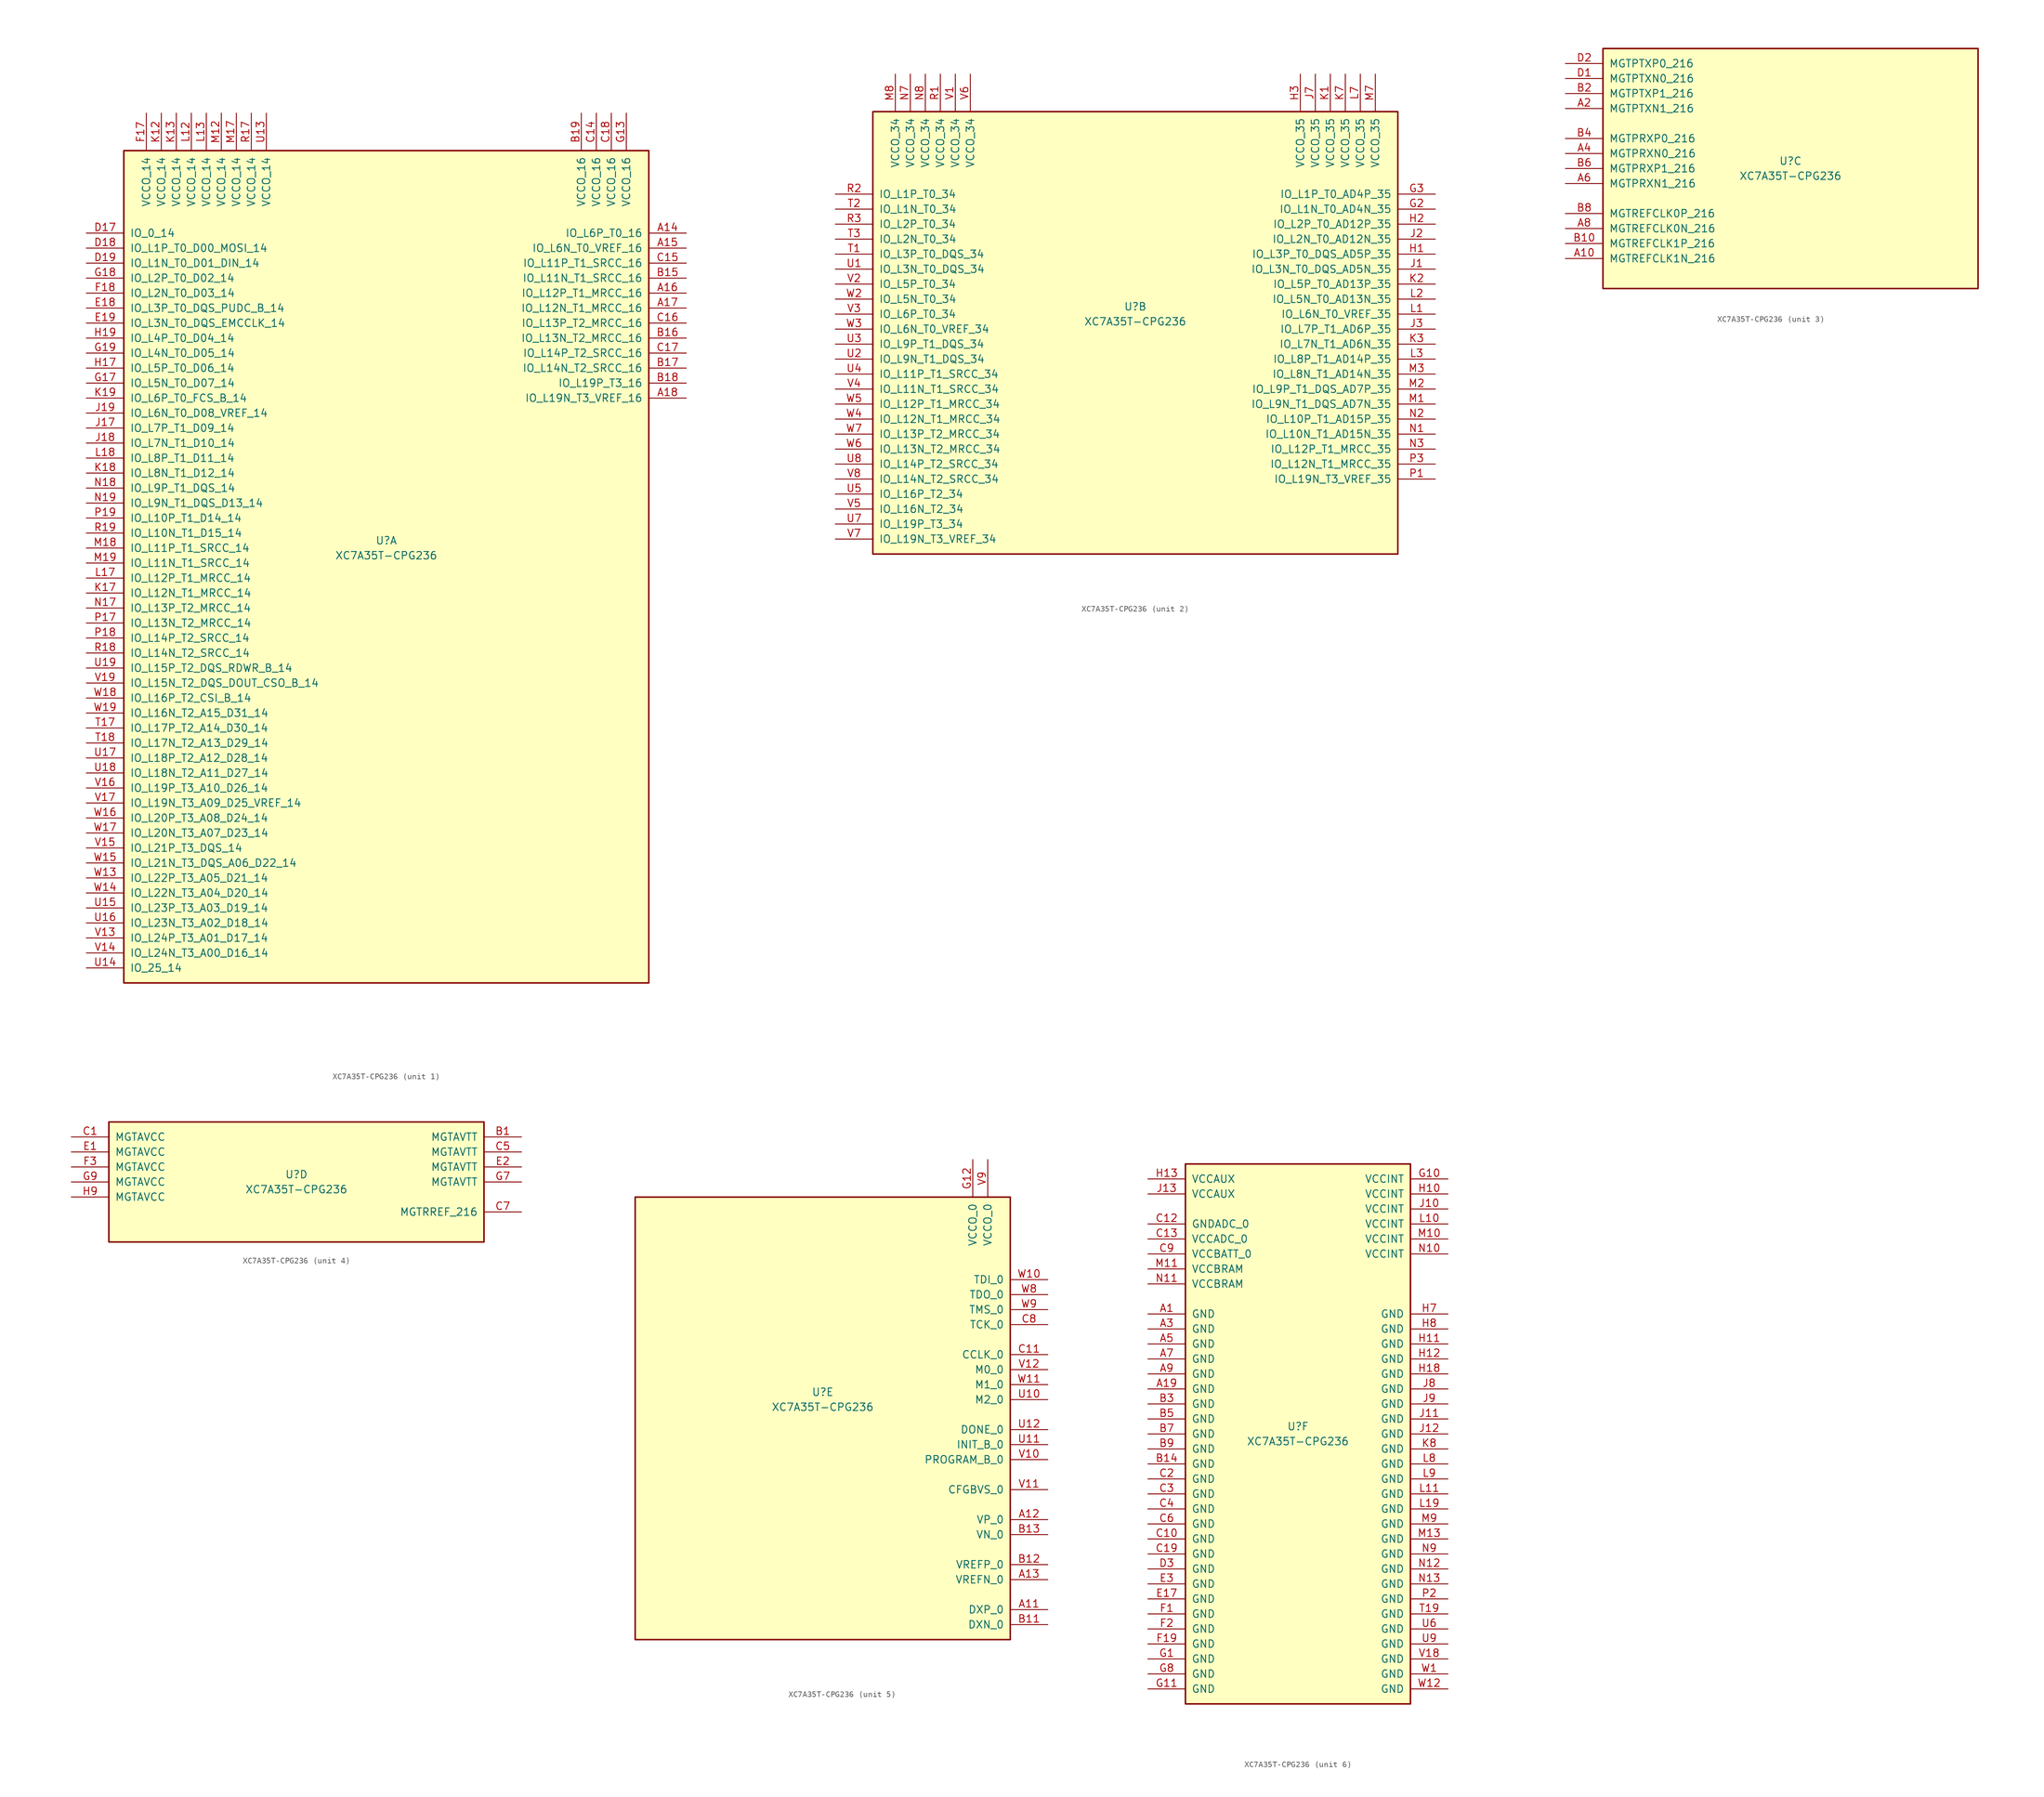
<source format=kicad_sym>
(kicad_symbol_lib
  (version 20201005)
  (generator kicad_symbol_editor)
  (symbol "XC7A35T-CPG236"
    (pin_names
      (offset 1.016))
    (property "Reference" "U"
      (at 0 1.27 0)
      (effects (font (size 1.27 1.27))))
    (property "Value" "XC7A35T-CPG236"
      (at 0 -1.27 0)
      (effects (font (size 1.27 1.27))))
    (property "Datasheet" ""
      (at 0 0 0)
      (effects (font (size 1.27 1.27))))
    (property "ki_locked" ""
      (at 0 0 0)
      (effects (font (size 1.27 1.27))))
    (symbol "XC7A35T-CPG236_1_1"
      (rectangle (start -44.45 67.31) (end 44.45 -73.66) (stroke (width 0.254)) (fill (type background)))
      (pin power_in line (at -40.64 73.66 270) (length 6.35) (name "VCCO_14" (effects (font (size 1.27 1.27)))) (number "F17" (effects (font (size 1.27 1.27)))))
      (pin power_in line (at -38.1 73.66 270) (length 6.35) (name "VCCO_14" (effects (font (size 1.27 1.27)))) (number "K12" (effects (font (size 1.27 1.27)))))
      (pin power_in line (at -35.56 73.66 270) (length 6.35) (name "VCCO_14" (effects (font (size 1.27 1.27)))) (number "K13" (effects (font (size 1.27 1.27)))))
      (pin power_in line (at -33.02 73.66 270) (length 6.35) (name "VCCO_14" (effects (font (size 1.27 1.27)))) (number "L12" (effects (font (size 1.27 1.27)))))
      (pin power_in line (at -30.48 73.66 270) (length 6.35) (name "VCCO_14" (effects (font (size 1.27 1.27)))) (number "L13" (effects (font (size 1.27 1.27)))))
      (pin power_in line (at -27.94 73.66 270) (length 6.35) (name "VCCO_14" (effects (font (size 1.27 1.27)))) (number "M12" (effects (font (size 1.27 1.27)))))
      (pin power_in line (at -25.4 73.66 270) (length 6.35) (name "VCCO_14" (effects (font (size 1.27 1.27)))) (number "M17" (effects (font (size 1.27 1.27)))))
      (pin power_in line (at -22.86 73.66 270) (length 6.35) (name "VCCO_14" (effects (font (size 1.27 1.27)))) (number "R17" (effects (font (size 1.27 1.27)))))
      (pin power_in line (at -20.32 73.66 270) (length 6.35) (name "VCCO_14" (effects (font (size 1.27 1.27)))) (number "U13" (effects (font (size 1.27 1.27)))))
      (pin bidirectional line (at -50.8 53.34 0) (length 6.35) (name "IO_0_14" (effects (font (size 1.27 1.27)))) (number "D17" (effects (font (size 1.27 1.27)))))
      (pin bidirectional line (at -50.8 50.8 0) (length 6.35) (name "IO_L1P_T0_D00_MOSI_14" (effects (font (size 1.27 1.27)))) (number "D18" (effects (font (size 1.27 1.27)))))
      (pin bidirectional line (at -50.8 48.26 0) (length 6.35) (name "IO_L1N_T0_D01_DIN_14" (effects (font (size 1.27 1.27)))) (number "D19" (effects (font (size 1.27 1.27)))))
      (pin bidirectional line (at -50.8 45.72 0) (length 6.35) (name "IO_L2P_T0_D02_14" (effects (font (size 1.27 1.27)))) (number "G18" (effects (font (size 1.27 1.27)))))
      (pin bidirectional line (at -50.8 43.18 0) (length 6.35) (name "IO_L2N_T0_D03_14" (effects (font (size 1.27 1.27)))) (number "F18" (effects (font (size 1.27 1.27)))))
      (pin bidirectional line (at -50.8 40.64 0) (length 6.35) (name "IO_L3P_T0_DQS_PUDC_B_14" (effects (font (size 1.27 1.27)))) (number "E18" (effects (font (size 1.27 1.27)))))
      (pin bidirectional line (at -50.8 38.1 0) (length 6.35) (name "IO_L3N_T0_DQS_EMCCLK_14" (effects (font (size 1.27 1.27)))) (number "E19" (effects (font (size 1.27 1.27)))))
      (pin bidirectional line (at -50.8 35.56 0) (length 6.35) (name "IO_L4P_T0_D04_14" (effects (font (size 1.27 1.27)))) (number "H19" (effects (font (size 1.27 1.27)))))
      (pin bidirectional line (at -50.8 33.02 0) (length 6.35) (name "IO_L4N_T0_D05_14" (effects (font (size 1.27 1.27)))) (number "G19" (effects (font (size 1.27 1.27)))))
      (pin bidirectional line (at -50.8 30.48 0) (length 6.35) (name "IO_L5P_T0_D06_14" (effects (font (size 1.27 1.27)))) (number "H17" (effects (font (size 1.27 1.27)))))
      (pin bidirectional line (at -50.8 27.94 0) (length 6.35) (name "IO_L5N_T0_D07_14" (effects (font (size 1.27 1.27)))) (number "G17" (effects (font (size 1.27 1.27)))))
      (pin bidirectional line (at -50.8 25.4 0) (length 6.35) (name "IO_L6P_T0_FCS_B_14" (effects (font (size 1.27 1.27)))) (number "K19" (effects (font (size 1.27 1.27)))))
      (pin bidirectional line (at -50.8 22.86 0) (length 6.35) (name "IO_L6N_T0_D08_VREF_14" (effects (font (size 1.27 1.27)))) (number "J19" (effects (font (size 1.27 1.27)))))
      (pin bidirectional line (at -50.8 20.32 0) (length 6.35) (name "IO_L7P_T1_D09_14" (effects (font (size 1.27 1.27)))) (number "J17" (effects (font (size 1.27 1.27)))))
      (pin bidirectional line (at -50.8 17.78 0) (length 6.35) (name "IO_L7N_T1_D10_14" (effects (font (size 1.27 1.27)))) (number "J18" (effects (font (size 1.27 1.27)))))
      (pin bidirectional line (at -50.8 15.24 0) (length 6.35) (name "IO_L8P_T1_D11_14" (effects (font (size 1.27 1.27)))) (number "L18" (effects (font (size 1.27 1.27)))))
      (pin bidirectional line (at -50.8 12.7 0) (length 6.35) (name "IO_L8N_T1_D12_14" (effects (font (size 1.27 1.27)))) (number "K18" (effects (font (size 1.27 1.27)))))
      (pin bidirectional line (at -50.8 10.16 0) (length 6.35) (name "IO_L9P_T1_DQS_14" (effects (font (size 1.27 1.27)))) (number "N18" (effects (font (size 1.27 1.27)))))
      (pin bidirectional line (at -50.8 7.62 0) (length 6.35) (name "IO_L9N_T1_DQS_D13_14" (effects (font (size 1.27 1.27)))) (number "N19" (effects (font (size 1.27 1.27)))))
      (pin bidirectional line (at -50.8 5.08 0) (length 6.35) (name "IO_L10P_T1_D14_14" (effects (font (size 1.27 1.27)))) (number "P19" (effects (font (size 1.27 1.27)))))
      (pin bidirectional line (at -50.8 2.54 0) (length 6.35) (name "IO_L10N_T1_D15_14" (effects (font (size 1.27 1.27)))) (number "R19" (effects (font (size 1.27 1.27)))))
      (pin bidirectional line (at -50.8 0 0) (length 6.35) (name "IO_L11P_T1_SRCC_14" (effects (font (size 1.27 1.27)))) (number "M18" (effects (font (size 1.27 1.27)))))
      (pin bidirectional line (at -50.8 -2.54 0) (length 6.35) (name "IO_L11N_T1_SRCC_14" (effects (font (size 1.27 1.27)))) (number "M19" (effects (font (size 1.27 1.27)))))
      (pin bidirectional line (at -50.8 -5.08 0) (length 6.35) (name "IO_L12P_T1_MRCC_14" (effects (font (size 1.27 1.27)))) (number "L17" (effects (font (size 1.27 1.27)))))
      (pin bidirectional line (at -50.8 -7.62 0) (length 6.35) (name "IO_L12N_T1_MRCC_14" (effects (font (size 1.27 1.27)))) (number "K17" (effects (font (size 1.27 1.27)))))
      (pin bidirectional line (at -50.8 -10.16 0) (length 6.35) (name "IO_L13P_T2_MRCC_14" (effects (font (size 1.27 1.27)))) (number "N17" (effects (font (size 1.27 1.27)))))
      (pin bidirectional line (at -50.8 -12.7 0) (length 6.35) (name "IO_L13N_T2_MRCC_14" (effects (font (size 1.27 1.27)))) (number "P17" (effects (font (size 1.27 1.27)))))
      (pin bidirectional line (at -50.8 -15.24 0) (length 6.35) (name "IO_L14P_T2_SRCC_14" (effects (font (size 1.27 1.27)))) (number "P18" (effects (font (size 1.27 1.27)))))
      (pin bidirectional line (at -50.8 -17.78 0) (length 6.35) (name "IO_L14N_T2_SRCC_14" (effects (font (size 1.27 1.27)))) (number "R18" (effects (font (size 1.27 1.27)))))
      (pin bidirectional line (at -50.8 -20.32 0) (length 6.35) (name "IO_L15P_T2_DQS_RDWR_B_14" (effects (font (size 1.27 1.27)))) (number "U19" (effects (font (size 1.27 1.27)))))
      (pin bidirectional line (at -50.8 -22.86 0) (length 6.35) (name "IO_L15N_T2_DQS_DOUT_CSO_B_14" (effects (font (size 1.27 1.27)))) (number "V19" (effects (font (size 1.27 1.27)))))
      (pin bidirectional line (at -50.8 -25.4 0) (length 6.35) (name "IO_L16P_T2_CSI_B_14" (effects (font (size 1.27 1.27)))) (number "W18" (effects (font (size 1.27 1.27)))))
      (pin bidirectional line (at -50.8 -27.94 0) (length 6.35) (name "IO_L16N_T2_A15_D31_14" (effects (font (size 1.27 1.27)))) (number "W19" (effects (font (size 1.27 1.27)))))
      (pin bidirectional line (at -50.8 -30.48 0) (length 6.35) (name "IO_L17P_T2_A14_D30_14" (effects (font (size 1.27 1.27)))) (number "T17" (effects (font (size 1.27 1.27)))))
      (pin bidirectional line (at -50.8 -33.02 0) (length 6.35) (name "IO_L17N_T2_A13_D29_14" (effects (font (size 1.27 1.27)))) (number "T18" (effects (font (size 1.27 1.27)))))
      (pin bidirectional line (at -50.8 -35.56 0) (length 6.35) (name "IO_L18P_T2_A12_D28_14" (effects (font (size 1.27 1.27)))) (number "U17" (effects (font (size 1.27 1.27)))))
      (pin bidirectional line (at -50.8 -38.1 0) (length 6.35) (name "IO_L18N_T2_A11_D27_14" (effects (font (size 1.27 1.27)))) (number "U18" (effects (font (size 1.27 1.27)))))
      (pin bidirectional line (at -50.8 -40.64 0) (length 6.35) (name "IO_L19P_T3_A10_D26_14" (effects (font (size 1.27 1.27)))) (number "V16" (effects (font (size 1.27 1.27)))))
      (pin bidirectional line (at -50.8 -43.18 0) (length 6.35) (name "IO_L19N_T3_A09_D25_VREF_14" (effects (font (size 1.27 1.27)))) (number "V17" (effects (font (size 1.27 1.27)))))
      (pin bidirectional line (at -50.8 -45.72 0) (length 6.35) (name "IO_L20P_T3_A08_D24_14" (effects (font (size 1.27 1.27)))) (number "W16" (effects (font (size 1.27 1.27)))))
      (pin bidirectional line (at -50.8 -48.26 0) (length 6.35) (name "IO_L20N_T3_A07_D23_14" (effects (font (size 1.27 1.27)))) (number "W17" (effects (font (size 1.27 1.27)))))
      (pin bidirectional line (at -50.8 -50.8 0) (length 6.35) (name "IO_L21P_T3_DQS_14" (effects (font (size 1.27 1.27)))) (number "V15" (effects (font (size 1.27 1.27)))))
      (pin bidirectional line (at -50.8 -53.34 0) (length 6.35) (name "IO_L21N_T3_DQS_A06_D22_14" (effects (font (size 1.27 1.27)))) (number "W15" (effects (font (size 1.27 1.27)))))
      (pin bidirectional line (at -50.8 -55.88 0) (length 6.35) (name "IO_L22P_T3_A05_D21_14" (effects (font (size 1.27 1.27)))) (number "W13" (effects (font (size 1.27 1.27)))))
      (pin bidirectional line (at -50.8 -58.42 0) (length 6.35) (name "IO_L22N_T3_A04_D20_14" (effects (font (size 1.27 1.27)))) (number "W14" (effects (font (size 1.27 1.27)))))
      (pin bidirectional line (at -50.8 -60.96 0) (length 6.35) (name "IO_L23P_T3_A03_D19_14" (effects (font (size 1.27 1.27)))) (number "U15" (effects (font (size 1.27 1.27)))))
      (pin bidirectional line (at -50.8 -63.5 0) (length 6.35) (name "IO_L23N_T3_A02_D18_14" (effects (font (size 1.27 1.27)))) (number "U16" (effects (font (size 1.27 1.27)))))
      (pin bidirectional line (at -50.8 -66.04 0) (length 6.35) (name "IO_L24P_T3_A01_D17_14" (effects (font (size 1.27 1.27)))) (number "V13" (effects (font (size 1.27 1.27)))))
      (pin bidirectional line (at -50.8 -68.58 0) (length 6.35) (name "IO_L24N_T3_A00_D16_14" (effects (font (size 1.27 1.27)))) (number "V14" (effects (font (size 1.27 1.27)))))
      (pin bidirectional line (at -50.8 -71.12 0) (length 6.35) (name "IO_25_14" (effects (font (size 1.27 1.27)))) (number "U14" (effects (font (size 1.27 1.27)))))
      (pin power_in line (at 33.02 73.66 270) (length 6.35) (name "VCCO_16" (effects (font (size 1.27 1.27)))) (number "B19" (effects (font (size 1.27 1.27)))))
      (pin power_in line (at 35.56 73.66 270) (length 6.35) (name "VCCO_16" (effects (font (size 1.27 1.27)))) (number "C14" (effects (font (size 1.27 1.27)))))
      (pin power_in line (at 38.1 73.66 270) (length 6.35) (name "VCCO_16" (effects (font (size 1.27 1.27)))) (number "C18" (effects (font (size 1.27 1.27)))))
      (pin power_in line (at 40.64 73.66 270) (length 6.35) (name "VCCO_16" (effects (font (size 1.27 1.27)))) (number "G13" (effects (font (size 1.27 1.27)))))
      (pin bidirectional line (at 50.8 53.34 180) (length 6.35) (name "IO_L6P_T0_16" (effects (font (size 1.27 1.27)))) (number "A14" (effects (font (size 1.27 1.27)))))
      (pin bidirectional line (at 50.8 50.8 180) (length 6.35) (name "IO_L6N_T0_VREF_16" (effects (font (size 1.27 1.27)))) (number "A15" (effects (font (size 1.27 1.27)))))
      (pin bidirectional line (at 50.8 48.26 180) (length 6.35) (name "IO_L11P_T1_SRCC_16" (effects (font (size 1.27 1.27)))) (number "C15" (effects (font (size 1.27 1.27)))))
      (pin bidirectional line (at 50.8 45.72 180) (length 6.35) (name "IO_L11N_T1_SRCC_16" (effects (font (size 1.27 1.27)))) (number "B15" (effects (font (size 1.27 1.27)))))
      (pin bidirectional line (at 50.8 43.18 180) (length 6.35) (name "IO_L12P_T1_MRCC_16" (effects (font (size 1.27 1.27)))) (number "A16" (effects (font (size 1.27 1.27)))))
      (pin bidirectional line (at 50.8 40.64 180) (length 6.35) (name "IO_L12N_T1_MRCC_16" (effects (font (size 1.27 1.27)))) (number "A17" (effects (font (size 1.27 1.27)))))
      (pin bidirectional line (at 50.8 38.1 180) (length 6.35) (name "IO_L13P_T2_MRCC_16" (effects (font (size 1.27 1.27)))) (number "C16" (effects (font (size 1.27 1.27)))))
      (pin bidirectional line (at 50.8 35.56 180) (length 6.35) (name "IO_L13N_T2_MRCC_16" (effects (font (size 1.27 1.27)))) (number "B16" (effects (font (size 1.27 1.27)))))
      (pin bidirectional line (at 50.8 33.02 180) (length 6.35) (name "IO_L14P_T2_SRCC_16" (effects (font (size 1.27 1.27)))) (number "C17" (effects (font (size 1.27 1.27)))))
      (pin bidirectional line (at 50.8 30.48 180) (length 6.35) (name "IO_L14N_T2_SRCC_16" (effects (font (size 1.27 1.27)))) (number "B17" (effects (font (size 1.27 1.27)))))
      (pin bidirectional line (at 50.8 27.94 180) (length 6.35) (name "IO_L19P_T3_16" (effects (font (size 1.27 1.27)))) (number "B18" (effects (font (size 1.27 1.27)))))
      (pin bidirectional line (at 50.8 25.4 180) (length 6.35) (name "IO_L19N_T3_VREF_16" (effects (font (size 1.27 1.27)))) (number "A18" (effects (font (size 1.27 1.27))))))
    (symbol "XC7A35T-CPG236_2_1"
      (rectangle (start -44.45 34.29) (end 44.45 -40.64) (stroke (width 0.254)) (fill (type background)))
      (pin power_in line (at -40.64 40.64 270) (length 6.35) (name "VCCO_34" (effects (font (size 1.27 1.27)))) (number "M8" (effects (font (size 1.27 1.27)))))
      (pin power_in line (at -38.1 40.64 270) (length 6.35) (name "VCCO_34" (effects (font (size 1.27 1.27)))) (number "N7" (effects (font (size 1.27 1.27)))))
      (pin power_in line (at -35.56 40.64 270) (length 6.35) (name "VCCO_34" (effects (font (size 1.27 1.27)))) (number "N8" (effects (font (size 1.27 1.27)))))
      (pin power_in line (at -33.02 40.64 270) (length 6.35) (name "VCCO_34" (effects (font (size 1.27 1.27)))) (number "R1" (effects (font (size 1.27 1.27)))))
      (pin power_in line (at -30.48 40.64 270) (length 6.35) (name "VCCO_34" (effects (font (size 1.27 1.27)))) (number "V1" (effects (font (size 1.27 1.27)))))
      (pin power_in line (at -27.94 40.64 270) (length 6.35) (name "VCCO_34" (effects (font (size 1.27 1.27)))) (number "V6" (effects (font (size 1.27 1.27)))))
      (pin bidirectional line (at -50.8 20.32 0) (length 6.35) (name "IO_L1P_T0_34" (effects (font (size 1.27 1.27)))) (number "R2" (effects (font (size 1.27 1.27)))))
      (pin bidirectional line (at -50.8 17.78 0) (length 6.35) (name "IO_L1N_T0_34" (effects (font (size 1.27 1.27)))) (number "T2" (effects (font (size 1.27 1.27)))))
      (pin bidirectional line (at -50.8 15.24 0) (length 6.35) (name "IO_L2P_T0_34" (effects (font (size 1.27 1.27)))) (number "R3" (effects (font (size 1.27 1.27)))))
      (pin bidirectional line (at -50.8 12.7 0) (length 6.35) (name "IO_L2N_T0_34" (effects (font (size 1.27 1.27)))) (number "T3" (effects (font (size 1.27 1.27)))))
      (pin bidirectional line (at -50.8 10.16 0) (length 6.35) (name "IO_L3P_T0_DQS_34" (effects (font (size 1.27 1.27)))) (number "T1" (effects (font (size 1.27 1.27)))))
      (pin bidirectional line (at -50.8 7.62 0) (length 6.35) (name "IO_L3N_T0_DQS_34" (effects (font (size 1.27 1.27)))) (number "U1" (effects (font (size 1.27 1.27)))))
      (pin bidirectional line (at -50.8 5.08 0) (length 6.35) (name "IO_L5P_T0_34" (effects (font (size 1.27 1.27)))) (number "V2" (effects (font (size 1.27 1.27)))))
      (pin bidirectional line (at -50.8 2.54 0) (length 6.35) (name "IO_L5N_T0_34" (effects (font (size 1.27 1.27)))) (number "W2" (effects (font (size 1.27 1.27)))))
      (pin bidirectional line (at -50.8 0 0) (length 6.35) (name "IO_L6P_T0_34" (effects (font (size 1.27 1.27)))) (number "V3" (effects (font (size 1.27 1.27)))))
      (pin bidirectional line (at -50.8 -2.54 0) (length 6.35) (name "IO_L6N_T0_VREF_34" (effects (font (size 1.27 1.27)))) (number "W3" (effects (font (size 1.27 1.27)))))
      (pin bidirectional line (at -50.8 -5.08 0) (length 6.35) (name "IO_L9P_T1_DQS_34" (effects (font (size 1.27 1.27)))) (number "U3" (effects (font (size 1.27 1.27)))))
      (pin bidirectional line (at -50.8 -7.62 0) (length 6.35) (name "IO_L9N_T1_DQS_34" (effects (font (size 1.27 1.27)))) (number "U2" (effects (font (size 1.27 1.27)))))
      (pin bidirectional line (at -50.8 -10.16 0) (length 6.35) (name "IO_L11P_T1_SRCC_34" (effects (font (size 1.27 1.27)))) (number "U4" (effects (font (size 1.27 1.27)))))
      (pin bidirectional line (at -50.8 -12.7 0) (length 6.35) (name "IO_L11N_T1_SRCC_34" (effects (font (size 1.27 1.27)))) (number "V4" (effects (font (size 1.27 1.27)))))
      (pin bidirectional line (at -50.8 -15.24 0) (length 6.35) (name "IO_L12P_T1_MRCC_34" (effects (font (size 1.27 1.27)))) (number "W5" (effects (font (size 1.27 1.27)))))
      (pin bidirectional line (at -50.8 -17.78 0) (length 6.35) (name "IO_L12N_T1_MRCC_34" (effects (font (size 1.27 1.27)))) (number "W4" (effects (font (size 1.27 1.27)))))
      (pin bidirectional line (at -50.8 -20.32 0) (length 6.35) (name "IO_L13P_T2_MRCC_34" (effects (font (size 1.27 1.27)))) (number "W7" (effects (font (size 1.27 1.27)))))
      (pin bidirectional line (at -50.8 -22.86 0) (length 6.35) (name "IO_L13N_T2_MRCC_34" (effects (font (size 1.27 1.27)))) (number "W6" (effects (font (size 1.27 1.27)))))
      (pin bidirectional line (at -50.8 -25.4 0) (length 6.35) (name "IO_L14P_T2_SRCC_34" (effects (font (size 1.27 1.27)))) (number "U8" (effects (font (size 1.27 1.27)))))
      (pin bidirectional line (at -50.8 -27.94 0) (length 6.35) (name "IO_L14N_T2_SRCC_34" (effects (font (size 1.27 1.27)))) (number "V8" (effects (font (size 1.27 1.27)))))
      (pin bidirectional line (at -50.8 -30.48 0) (length 6.35) (name "IO_L16P_T2_34" (effects (font (size 1.27 1.27)))) (number "U5" (effects (font (size 1.27 1.27)))))
      (pin bidirectional line (at -50.8 -33.02 0) (length 6.35) (name "IO_L16N_T2_34" (effects (font (size 1.27 1.27)))) (number "V5" (effects (font (size 1.27 1.27)))))
      (pin bidirectional line (at -50.8 -35.56 0) (length 6.35) (name "IO_L19P_T3_34" (effects (font (size 1.27 1.27)))) (number "U7" (effects (font (size 1.27 1.27)))))
      (pin bidirectional line (at -50.8 -38.1 0) (length 6.35) (name "IO_L19N_T3_VREF_34" (effects (font (size 1.27 1.27)))) (number "V7" (effects (font (size 1.27 1.27)))))
      (pin power_in line (at 27.94 40.64 270) (length 6.35) (name "VCCO_35" (effects (font (size 1.27 1.27)))) (number "H3" (effects (font (size 1.27 1.27)))))
      (pin power_in line (at 30.48 40.64 270) (length 6.35) (name "VCCO_35" (effects (font (size 1.27 1.27)))) (number "J7" (effects (font (size 1.27 1.27)))))
      (pin power_in line (at 33.02 40.64 270) (length 6.35) (name "VCCO_35" (effects (font (size 1.27 1.27)))) (number "K1" (effects (font (size 1.27 1.27)))))
      (pin power_in line (at 35.56 40.64 270) (length 6.35) (name "VCCO_35" (effects (font (size 1.27 1.27)))) (number "K7" (effects (font (size 1.27 1.27)))))
      (pin power_in line (at 38.1 40.64 270) (length 6.35) (name "VCCO_35" (effects (font (size 1.27 1.27)))) (number "L7" (effects (font (size 1.27 1.27)))))
      (pin power_in line (at 40.64 40.64 270) (length 6.35) (name "VCCO_35" (effects (font (size 1.27 1.27)))) (number "M7" (effects (font (size 1.27 1.27)))))
      (pin bidirectional line (at 50.8 20.32 180) (length 6.35) (name "IO_L1P_T0_AD4P_35" (effects (font (size 1.27 1.27)))) (number "G3" (effects (font (size 1.27 1.27)))))
      (pin bidirectional line (at 50.8 17.78 180) (length 6.35) (name "IO_L1N_T0_AD4N_35" (effects (font (size 1.27 1.27)))) (number "G2" (effects (font (size 1.27 1.27)))))
      (pin bidirectional line (at 50.8 15.24 180) (length 6.35) (name "IO_L2P_T0_AD12P_35" (effects (font (size 1.27 1.27)))) (number "H2" (effects (font (size 1.27 1.27)))))
      (pin bidirectional line (at 50.8 12.7 180) (length 6.35) (name "IO_L2N_T0_AD12N_35" (effects (font (size 1.27 1.27)))) (number "J2" (effects (font (size 1.27 1.27)))))
      (pin bidirectional line (at 50.8 10.16 180) (length 6.35) (name "IO_L3P_T0_DQS_AD5P_35" (effects (font (size 1.27 1.27)))) (number "H1" (effects (font (size 1.27 1.27)))))
      (pin bidirectional line (at 50.8 7.62 180) (length 6.35) (name "IO_L3N_T0_DQS_AD5N_35" (effects (font (size 1.27 1.27)))) (number "J1" (effects (font (size 1.27 1.27)))))
      (pin bidirectional line (at 50.8 5.08 180) (length 6.35) (name "IO_L5P_T0_AD13P_35" (effects (font (size 1.27 1.27)))) (number "K2" (effects (font (size 1.27 1.27)))))
      (pin bidirectional line (at 50.8 2.54 180) (length 6.35) (name "IO_L5N_T0_AD13N_35" (effects (font (size 1.27 1.27)))) (number "L2" (effects (font (size 1.27 1.27)))))
      (pin bidirectional line (at 50.8 0 180) (length 6.35) (name "IO_L6N_T0_VREF_35" (effects (font (size 1.27 1.27)))) (number "L1" (effects (font (size 1.27 1.27)))))
      (pin bidirectional line (at 50.8 -2.54 180) (length 6.35) (name "IO_L7P_T1_AD6P_35" (effects (font (size 1.27 1.27)))) (number "J3" (effects (font (size 1.27 1.27)))))
      (pin bidirectional line (at 50.8 -5.08 180) (length 6.35) (name "IO_L7N_T1_AD6N_35" (effects (font (size 1.27 1.27)))) (number "K3" (effects (font (size 1.27 1.27)))))
      (pin bidirectional line (at 50.8 -7.62 180) (length 6.35) (name "IO_L8P_T1_AD14P_35" (effects (font (size 1.27 1.27)))) (number "L3" (effects (font (size 1.27 1.27)))))
      (pin bidirectional line (at 50.8 -10.16 180) (length 6.35) (name "IO_L8N_T1_AD14N_35" (effects (font (size 1.27 1.27)))) (number "M3" (effects (font (size 1.27 1.27)))))
      (pin bidirectional line (at 50.8 -12.7 180) (length 6.35) (name "IO_L9P_T1_DQS_AD7P_35" (effects (font (size 1.27 1.27)))) (number "M2" (effects (font (size 1.27 1.27)))))
      (pin bidirectional line (at 50.8 -15.24 180) (length 6.35) (name "IO_L9N_T1_DQS_AD7N_35" (effects (font (size 1.27 1.27)))) (number "M1" (effects (font (size 1.27 1.27)))))
      (pin bidirectional line (at 50.8 -17.78 180) (length 6.35) (name "IO_L10P_T1_AD15P_35" (effects (font (size 1.27 1.27)))) (number "N2" (effects (font (size 1.27 1.27)))))
      (pin bidirectional line (at 50.8 -20.32 180) (length 6.35) (name "IO_L10N_T1_AD15N_35" (effects (font (size 1.27 1.27)))) (number "N1" (effects (font (size 1.27 1.27)))))
      (pin bidirectional line (at 50.8 -22.86 180) (length 6.35) (name "IO_L12P_T1_MRCC_35" (effects (font (size 1.27 1.27)))) (number "N3" (effects (font (size 1.27 1.27)))))
      (pin bidirectional line (at 50.8 -25.4 180) (length 6.35) (name "IO_L12N_T1_MRCC_35" (effects (font (size 1.27 1.27)))) (number "P3" (effects (font (size 1.27 1.27)))))
      (pin bidirectional line (at 50.8 -27.94 180) (length 6.35) (name "IO_L19N_T3_VREF_35" (effects (font (size 1.27 1.27)))) (number "P1" (effects (font (size 1.27 1.27))))))
    (symbol "XC7A35T-CPG236_3_1"
      (rectangle (start -31.75 20.32) (end 31.75 -20.32) (stroke (width 0.254)) (fill (type background)))
      (pin bidirectional line (at -38.1 17.78 0) (length 6.35) (name "MGTPTXP0_216" (effects (font (size 1.27 1.27)))) (number "D2" (effects (font (size 1.27 1.27)))))
      (pin bidirectional line (at -38.1 15.24 0) (length 6.35) (name "MGTPTXN0_216" (effects (font (size 1.27 1.27)))) (number "D1" (effects (font (size 1.27 1.27)))))
      (pin bidirectional line (at -38.1 12.7 0) (length 6.35) (name "MGTPTXP1_216" (effects (font (size 1.27 1.27)))) (number "B2" (effects (font (size 1.27 1.27)))))
      (pin bidirectional line (at -38.1 10.16 0) (length 6.35) (name "MGTPTXN1_216" (effects (font (size 1.27 1.27)))) (number "A2" (effects (font (size 1.27 1.27)))))
      (pin bidirectional line (at -38.1 5.08 0) (length 6.35) (name "MGTPRXP0_216" (effects (font (size 1.27 1.27)))) (number "B4" (effects (font (size 1.27 1.27)))))
      (pin bidirectional line (at -38.1 2.54 0) (length 6.35) (name "MGTPRXN0_216" (effects (font (size 1.27 1.27)))) (number "A4" (effects (font (size 1.27 1.27)))))
      (pin bidirectional line (at -38.1 0 0) (length 6.35) (name "MGTPRXP1_216" (effects (font (size 1.27 1.27)))) (number "B6" (effects (font (size 1.27 1.27)))))
      (pin bidirectional line (at -38.1 -2.54 0) (length 6.35) (name "MGTPRXN1_216" (effects (font (size 1.27 1.27)))) (number "A6" (effects (font (size 1.27 1.27)))))
      (pin bidirectional line (at -38.1 -7.62 0) (length 6.35) (name "MGTREFCLK0P_216" (effects (font (size 1.27 1.27)))) (number "B8" (effects (font (size 1.27 1.27)))))
      (pin bidirectional line (at -38.1 -10.16 0) (length 6.35) (name "MGTREFCLK0N_216" (effects (font (size 1.27 1.27)))) (number "A8" (effects (font (size 1.27 1.27)))))
      (pin bidirectional line (at -38.1 -12.7 0) (length 6.35) (name "MGTREFCLK1P_216" (effects (font (size 1.27 1.27)))) (number "B10" (effects (font (size 1.27 1.27)))))
      (pin bidirectional line (at -38.1 -15.24 0) (length 6.35) (name "MGTREFCLK1N_216" (effects (font (size 1.27 1.27)))) (number "A10" (effects (font (size 1.27 1.27))))))
    (symbol "XC7A35T-CPG236_4_1"
      (rectangle (start -31.75 10.16) (end 31.75 -10.16) (stroke (width 0.254)) (fill (type background)))
      (pin power_in line (at -38.1 7.62 0) (length 6.35) (name "MGTAVCC" (effects (font (size 1.27 1.27)))) (number "C1" (effects (font (size 1.27 1.27)))))
      (pin power_in line (at -38.1 5.08 0) (length 6.35) (name "MGTAVCC" (effects (font (size 1.27 1.27)))) (number "E1" (effects (font (size 1.27 1.27)))))
      (pin power_in line (at -38.1 2.54 0) (length 6.35) (name "MGTAVCC" (effects (font (size 1.27 1.27)))) (number "F3" (effects (font (size 1.27 1.27)))))
      (pin power_in line (at -38.1 0 0) (length 6.35) (name "MGTAVCC" (effects (font (size 1.27 1.27)))) (number "G9" (effects (font (size 1.27 1.27)))))
      (pin power_in line (at -38.1 -2.54 0) (length 6.35) (name "MGTAVCC" (effects (font (size 1.27 1.27)))) (number "H9" (effects (font (size 1.27 1.27)))))
      (pin power_in line (at 38.1 7.62 180) (length 6.35) (name "MGTAVTT" (effects (font (size 1.27 1.27)))) (number "B1" (effects (font (size 1.27 1.27)))))
      (pin power_in line (at 38.1 5.08 180) (length 6.35) (name "MGTAVTT" (effects (font (size 1.27 1.27)))) (number "C5" (effects (font (size 1.27 1.27)))))
      (pin power_in line (at 38.1 2.54 180) (length 6.35) (name "MGTAVTT" (effects (font (size 1.27 1.27)))) (number "E2" (effects (font (size 1.27 1.27)))))
      (pin power_in line (at 38.1 0 180) (length 6.35) (name "MGTAVTT" (effects (font (size 1.27 1.27)))) (number "G7" (effects (font (size 1.27 1.27)))))
      (pin power_in line (at 38.1 -5.08 180) (length 6.35) (name "MGTRREF_216" (effects (font (size 1.27 1.27)))) (number "C7" (effects (font (size 1.27 1.27))))))
    (symbol "XC7A35T-CPG236_5_1"
      (rectangle (start -31.75 34.29) (end 31.75 -40.64) (stroke (width 0.254)) (fill (type background)))
      (pin power_in line (at 25.4 40.64 270) (length 6.35) (name "VCCO_0" (effects (font (size 1.27 1.27)))) (number "G12" (effects (font (size 1.27 1.27)))))
      (pin power_in line (at 27.94 40.64 270) (length 6.35) (name "VCCO_0" (effects (font (size 1.27 1.27)))) (number "V9" (effects (font (size 1.27 1.27)))))
      (pin bidirectional line (at 38.1 20.32 180) (length 6.35) (name "TDI_0" (effects (font (size 1.27 1.27)))) (number "W10" (effects (font (size 1.27 1.27)))))
      (pin bidirectional line (at 38.1 17.78 180) (length 6.35) (name "TDO_0" (effects (font (size 1.27 1.27)))) (number "W8" (effects (font (size 1.27 1.27)))))
      (pin bidirectional line (at 38.1 15.24 180) (length 6.35) (name "TMS_0" (effects (font (size 1.27 1.27)))) (number "W9" (effects (font (size 1.27 1.27)))))
      (pin bidirectional line (at 38.1 12.7 180) (length 6.35) (name "TCK_0" (effects (font (size 1.27 1.27)))) (number "C8" (effects (font (size 1.27 1.27)))))
      (pin bidirectional line (at 38.1 7.62 180) (length 6.35) (name "CCLK_0" (effects (font (size 1.27 1.27)))) (number "C11" (effects (font (size 1.27 1.27)))))
      (pin bidirectional line (at 38.1 5.08 180) (length 6.35) (name "M0_0" (effects (font (size 1.27 1.27)))) (number "V12" (effects (font (size 1.27 1.27)))))
      (pin bidirectional line (at 38.1 2.54 180) (length 6.35) (name "M1_0" (effects (font (size 1.27 1.27)))) (number "W11" (effects (font (size 1.27 1.27)))))
      (pin bidirectional line (at 38.1 0 180) (length 6.35) (name "M2_0" (effects (font (size 1.27 1.27)))) (number "U10" (effects (font (size 1.27 1.27)))))
      (pin bidirectional line (at 38.1 -5.08 180) (length 6.35) (name "DONE_0" (effects (font (size 1.27 1.27)))) (number "U12" (effects (font (size 1.27 1.27)))))
      (pin bidirectional line (at 38.1 -7.62 180) (length 6.35) (name "INIT_B_0" (effects (font (size 1.27 1.27)))) (number "U11" (effects (font (size 1.27 1.27)))))
      (pin bidirectional line (at 38.1 -10.16 180) (length 6.35) (name "PROGRAM_B_0" (effects (font (size 1.27 1.27)))) (number "V10" (effects (font (size 1.27 1.27)))))
      (pin bidirectional line (at 38.1 -15.24 180) (length 6.35) (name "CFGBVS_0" (effects (font (size 1.27 1.27)))) (number "V11" (effects (font (size 1.27 1.27)))))
      (pin bidirectional line (at 38.1 -20.32 180) (length 6.35) (name "VP_0" (effects (font (size 1.27 1.27)))) (number "A12" (effects (font (size 1.27 1.27)))))
      (pin bidirectional line (at 38.1 -22.86 180) (length 6.35) (name "VN_0" (effects (font (size 1.27 1.27)))) (number "B13" (effects (font (size 1.27 1.27)))))
      (pin bidirectional line (at 38.1 -27.94 180) (length 6.35) (name "VREFP_0" (effects (font (size 1.27 1.27)))) (number "B12" (effects (font (size 1.27 1.27)))))
      (pin bidirectional line (at 38.1 -30.48 180) (length 6.35) (name "VREFN_0" (effects (font (size 1.27 1.27)))) (number "A13" (effects (font (size 1.27 1.27)))))
      (pin bidirectional line (at 38.1 -35.56 180) (length 6.35) (name "DXP_0" (effects (font (size 1.27 1.27)))) (number "A11" (effects (font (size 1.27 1.27)))))
      (pin bidirectional line (at 38.1 -38.1 180) (length 6.35) (name "DXN_0" (effects (font (size 1.27 1.27)))) (number "B11" (effects (font (size 1.27 1.27))))))
    (symbol "XC7A35T-CPG236_6_1"
      (rectangle (start -19.05 45.72) (end 19.05 -45.72) (stroke (width 0.254)) (fill (type background)))
      (pin power_in line (at -25.4 43.18 0) (length 6.35) (name "VCCAUX" (effects (font (size 1.27 1.27)))) (number "H13" (effects (font (size 1.27 1.27)))))
      (pin power_in line (at -25.4 40.64 0) (length 6.35) (name "VCCAUX" (effects (font (size 1.27 1.27)))) (number "J13" (effects (font (size 1.27 1.27)))))
      (pin power_in line (at -25.4 35.56 0) (length 6.35) (name "GNDADC_0" (effects (font (size 1.27 1.27)))) (number "C12" (effects (font (size 1.27 1.27)))))
      (pin power_in line (at -25.4 33.02 0) (length 6.35) (name "VCCADC_0" (effects (font (size 1.27 1.27)))) (number "C13" (effects (font (size 1.27 1.27)))))
      (pin power_in line (at -25.4 30.48 0) (length 6.35) (name "VCCBATT_0" (effects (font (size 1.27 1.27)))) (number "C9" (effects (font (size 1.27 1.27)))))
      (pin power_in line (at -25.4 27.94 0) (length 6.35) (name "VCCBRAM" (effects (font (size 1.27 1.27)))) (number "M11" (effects (font (size 1.27 1.27)))))
      (pin power_in line (at -25.4 25.4 0) (length 6.35) (name "VCCBRAM" (effects (font (size 1.27 1.27)))) (number "N11" (effects (font (size 1.27 1.27)))))
      (pin power_in line (at -25.4 20.32 0) (length 6.35) (name "GND" (effects (font (size 1.27 1.27)))) (number "A1" (effects (font (size 1.27 1.27)))))
      (pin power_in line (at -25.4 17.78 0) (length 6.35) (name "GND" (effects (font (size 1.27 1.27)))) (number "A3" (effects (font (size 1.27 1.27)))))
      (pin power_in line (at -25.4 15.24 0) (length 6.35) (name "GND" (effects (font (size 1.27 1.27)))) (number "A5" (effects (font (size 1.27 1.27)))))
      (pin power_in line (at -25.4 12.7 0) (length 6.35) (name "GND" (effects (font (size 1.27 1.27)))) (number "A7" (effects (font (size 1.27 1.27)))))
      (pin power_in line (at -25.4 10.16 0) (length 6.35) (name "GND" (effects (font (size 1.27 1.27)))) (number "A9" (effects (font (size 1.27 1.27)))))
      (pin power_in line (at -25.4 7.62 0) (length 6.35) (name "GND" (effects (font (size 1.27 1.27)))) (number "A19" (effects (font (size 1.27 1.27)))))
      (pin power_in line (at -25.4 5.08 0) (length 6.35) (name "GND" (effects (font (size 1.27 1.27)))) (number "B3" (effects (font (size 1.27 1.27)))))
      (pin power_in line (at -25.4 2.54 0) (length 6.35) (name "GND" (effects (font (size 1.27 1.27)))) (number "B5" (effects (font (size 1.27 1.27)))))
      (pin power_in line (at -25.4 0 0) (length 6.35) (name "GND" (effects (font (size 1.27 1.27)))) (number "B7" (effects (font (size 1.27 1.27)))))
      (pin power_in line (at -25.4 -2.54 0) (length 6.35) (name "GND" (effects (font (size 1.27 1.27)))) (number "B9" (effects (font (size 1.27 1.27)))))
      (pin power_in line (at -25.4 -5.08 0) (length 6.35) (name "GND" (effects (font (size 1.27 1.27)))) (number "B14" (effects (font (size 1.27 1.27)))))
      (pin power_in line (at -25.4 -7.62 0) (length 6.35) (name "GND" (effects (font (size 1.27 1.27)))) (number "C2" (effects (font (size 1.27 1.27)))))
      (pin power_in line (at -25.4 -10.16 0) (length 6.35) (name "GND" (effects (font (size 1.27 1.27)))) (number "C3" (effects (font (size 1.27 1.27)))))
      (pin power_in line (at -25.4 -12.7 0) (length 6.35) (name "GND" (effects (font (size 1.27 1.27)))) (number "C4" (effects (font (size 1.27 1.27)))))
      (pin power_in line (at -25.4 -15.24 0) (length 6.35) (name "GND" (effects (font (size 1.27 1.27)))) (number "C6" (effects (font (size 1.27 1.27)))))
      (pin power_in line (at -25.4 -17.78 0) (length 6.35) (name "GND" (effects (font (size 1.27 1.27)))) (number "C10" (effects (font (size 1.27 1.27)))))
      (pin power_in line (at -25.4 -20.32 0) (length 6.35) (name "GND" (effects (font (size 1.27 1.27)))) (number "C19" (effects (font (size 1.27 1.27)))))
      (pin power_in line (at -25.4 -22.86 0) (length 6.35) (name "GND" (effects (font (size 1.27 1.27)))) (number "D3" (effects (font (size 1.27 1.27)))))
      (pin power_in line (at -25.4 -25.4 0) (length 6.35) (name "GND" (effects (font (size 1.27 1.27)))) (number "E3" (effects (font (size 1.27 1.27)))))
      (pin power_in line (at -25.4 -27.94 0) (length 6.35) (name "GND" (effects (font (size 1.27 1.27)))) (number "E17" (effects (font (size 1.27 1.27)))))
      (pin power_in line (at -25.4 -30.48 0) (length 6.35) (name "GND" (effects (font (size 1.27 1.27)))) (number "F1" (effects (font (size 1.27 1.27)))))
      (pin power_in line (at -25.4 -33.02 0) (length 6.35) (name "GND" (effects (font (size 1.27 1.27)))) (number "F2" (effects (font (size 1.27 1.27)))))
      (pin power_in line (at -25.4 -35.56 0) (length 6.35) (name "GND" (effects (font (size 1.27 1.27)))) (number "F19" (effects (font (size 1.27 1.27)))))
      (pin power_in line (at -25.4 -38.1 0) (length 6.35) (name "GND" (effects (font (size 1.27 1.27)))) (number "G1" (effects (font (size 1.27 1.27)))))
      (pin power_in line (at -25.4 -40.64 0) (length 6.35) (name "GND" (effects (font (size 1.27 1.27)))) (number "G8" (effects (font (size 1.27 1.27)))))
      (pin power_in line (at -25.4 -43.18 0) (length 6.35) (name "GND" (effects (font (size 1.27 1.27)))) (number "G11" (effects (font (size 1.27 1.27)))))
      (pin power_in line (at 25.4 43.18 180) (length 6.35) (name "VCCINT" (effects (font (size 1.27 1.27)))) (number "G10" (effects (font (size 1.27 1.27)))))
      (pin power_in line (at 25.4 40.64 180) (length 6.35) (name "VCCINT" (effects (font (size 1.27 1.27)))) (number "H10" (effects (font (size 1.27 1.27)))))
      (pin power_in line (at 25.4 38.1 180) (length 6.35) (name "VCCINT" (effects (font (size 1.27 1.27)))) (number "J10" (effects (font (size 1.27 1.27)))))
      (pin power_in line (at 25.4 35.56 180) (length 6.35) (name "VCCINT" (effects (font (size 1.27 1.27)))) (number "L10" (effects (font (size 1.27 1.27)))))
      (pin power_in line (at 25.4 33.02 180) (length 6.35) (name "VCCINT" (effects (font (size 1.27 1.27)))) (number "M10" (effects (font (size 1.27 1.27)))))
      (pin power_in line (at 25.4 30.48 180) (length 6.35) (name "VCCINT" (effects (font (size 1.27 1.27)))) (number "N10" (effects (font (size 1.27 1.27)))))
      (pin power_in line (at 25.4 20.32 180) (length 6.35) (name "GND" (effects (font (size 1.27 1.27)))) (number "H7" (effects (font (size 1.27 1.27)))))
      (pin power_in line (at 25.4 17.78 180) (length 6.35) (name "GND" (effects (font (size 1.27 1.27)))) (number "H8" (effects (font (size 1.27 1.27)))))
      (pin power_in line (at 25.4 15.24 180) (length 6.35) (name "GND" (effects (font (size 1.27 1.27)))) (number "H11" (effects (font (size 1.27 1.27)))))
      (pin power_in line (at 25.4 12.7 180) (length 6.35) (name "GND" (effects (font (size 1.27 1.27)))) (number "H12" (effects (font (size 1.27 1.27)))))
      (pin power_in line (at 25.4 10.16 180) (length 6.35) (name "GND" (effects (font (size 1.27 1.27)))) (number "H18" (effects (font (size 1.27 1.27)))))
      (pin power_in line (at 25.4 7.62 180) (length 6.35) (name "GND" (effects (font (size 1.27 1.27)))) (number "J8" (effects (font (size 1.27 1.27)))))
      (pin power_in line (at 25.4 5.08 180) (length 6.35) (name "GND" (effects (font (size 1.27 1.27)))) (number "J9" (effects (font (size 1.27 1.27)))))
      (pin power_in line (at 25.4 2.54 180) (length 6.35) (name "GND" (effects (font (size 1.27 1.27)))) (number "J11" (effects (font (size 1.27 1.27)))))
      (pin power_in line (at 25.4 0 180) (length 6.35) (name "GND" (effects (font (size 1.27 1.27)))) (number "J12" (effects (font (size 1.27 1.27)))))
      (pin power_in line (at 25.4 -2.54 180) (length 6.35) (name "GND" (effects (font (size 1.27 1.27)))) (number "K8" (effects (font (size 1.27 1.27)))))
      (pin power_in line (at 25.4 -5.08 180) (length 6.35) (name "GND" (effects (font (size 1.27 1.27)))) (number "L8" (effects (font (size 1.27 1.27)))))
      (pin power_in line (at 25.4 -7.62 180) (length 6.35) (name "GND" (effects (font (size 1.27 1.27)))) (number "L9" (effects (font (size 1.27 1.27)))))
      (pin power_in line (at 25.4 -10.16 180) (length 6.35) (name "GND" (effects (font (size 1.27 1.27)))) (number "L11" (effects (font (size 1.27 1.27)))))
      (pin power_in line (at 25.4 -12.7 180) (length 6.35) (name "GND" (effects (font (size 1.27 1.27)))) (number "L19" (effects (font (size 1.27 1.27)))))
      (pin power_in line (at 25.4 -15.24 180) (length 6.35) (name "GND" (effects (font (size 1.27 1.27)))) (number "M9" (effects (font (size 1.27 1.27)))))
      (pin power_in line (at 25.4 -17.78 180) (length 6.35) (name "GND" (effects (font (size 1.27 1.27)))) (number "M13" (effects (font (size 1.27 1.27)))))
      (pin power_in line (at 25.4 -20.32 180) (length 6.35) (name "GND" (effects (font (size 1.27 1.27)))) (number "N9" (effects (font (size 1.27 1.27)))))
      (pin power_in line (at 25.4 -22.86 180) (length 6.35) (name "GND" (effects (font (size 1.27 1.27)))) (number "N12" (effects (font (size 1.27 1.27)))))
      (pin power_in line (at 25.4 -25.4 180) (length 6.35) (name "GND" (effects (font (size 1.27 1.27)))) (number "N13" (effects (font (size 1.27 1.27)))))
      (pin power_in line (at 25.4 -27.94 180) (length 6.35) (name "GND" (effects (font (size 1.27 1.27)))) (number "P2" (effects (font (size 1.27 1.27)))))
      (pin power_in line (at 25.4 -30.48 180) (length 6.35) (name "GND" (effects (font (size 1.27 1.27)))) (number "T19" (effects (font (size 1.27 1.27)))))
      (pin power_in line (at 25.4 -33.02 180) (length 6.35) (name "GND" (effects (font (size 1.27 1.27)))) (number "U6" (effects (font (size 1.27 1.27)))))
      (pin power_in line (at 25.4 -35.56 180) (length 6.35) (name "GND" (effects (font (size 1.27 1.27)))) (number "U9" (effects (font (size 1.27 1.27)))))
      (pin power_in line (at 25.4 -38.1 180) (length 6.35) (name "GND" (effects (font (size 1.27 1.27)))) (number "V18" (effects (font (size 1.27 1.27)))))
      (pin power_in line (at 25.4 -40.64 180) (length 6.35) (name "GND" (effects (font (size 1.27 1.27)))) (number "W1" (effects (font (size 1.27 1.27)))))
      (pin power_in line (at 25.4 -43.18 180) (length 6.35) (name "GND" (effects (font (size 1.27 1.27)))) (number "W12" (effects (font (size 1.27 1.27))))))))
</source>
